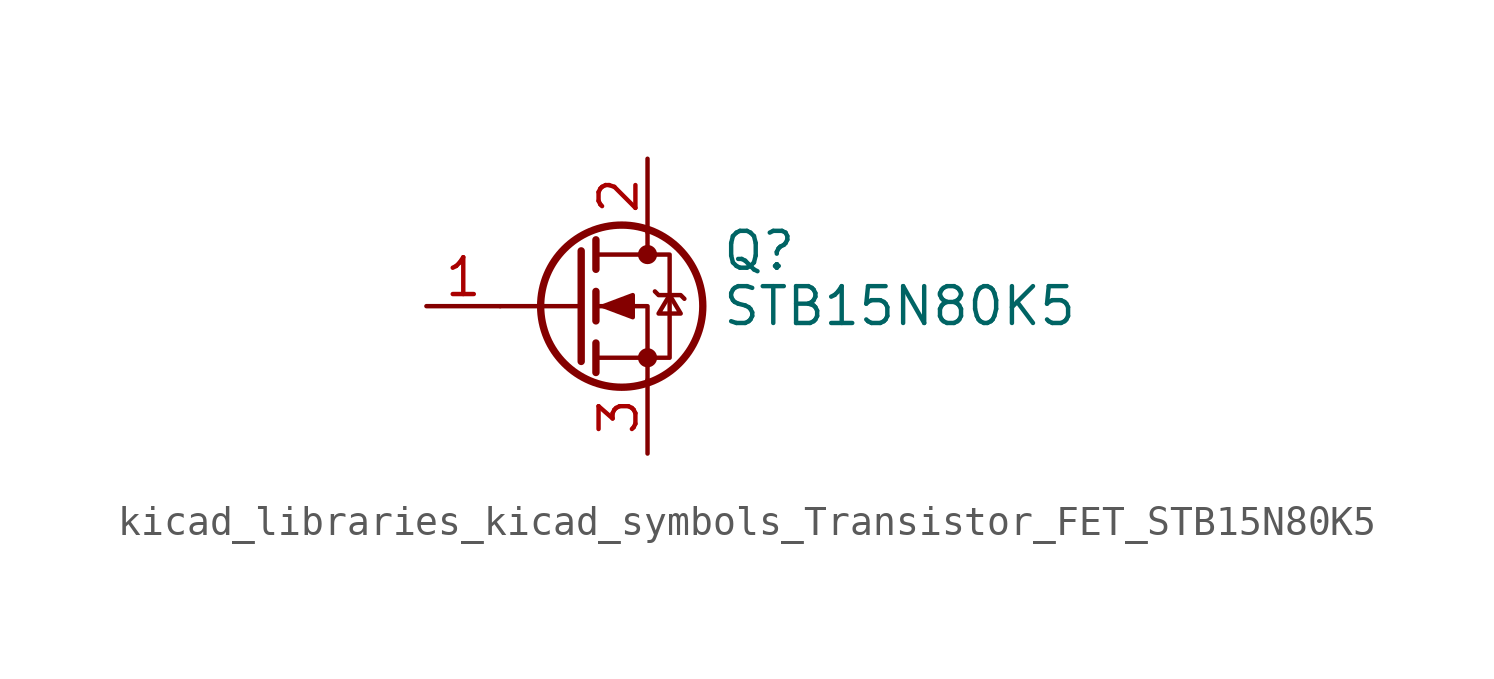
<source format=kicad_sym>
(kicad_symbol_lib
  (version 20220914)
  (generator kicad_symbol_editor)
  (symbol "kicad_libraries_kicad_symbols_Transistor_FET_STB15N80K5"
    (pin_names hide)
    (property "Reference" "Q"
      (at 5.08 1.905 0)
      (effects (font (size 1.27 1.27)) (justify left)))
    (property "Value" "STB15N80K5"
      (at 5.08 0 0)
      (effects (font (size 1.27 1.27)) (justify left)))
    (symbol "kicad_libraries_kicad_symbols_Transistor_FET_STB15N80K5_0_1"
      (polyline (pts (xy 0.254 0) (xy -2.54 0)) (stroke (width 0) (type default)) (fill (type none)))
      (polyline (pts (xy 0.254 1.905) (xy 0.254 -1.905)) (stroke (width 0.254) (type default)) (fill (type none)))
      (polyline (pts (xy 0.762 -1.27) (xy 0.762 -2.286)) (stroke (width 0.254) (type default)) (fill (type none)))
      (polyline (pts (xy 0.762 0.508) (xy 0.762 -0.508)) (stroke (width 0.254) (type default)) (fill (type none)))
      (polyline (pts (xy 0.762 2.286) (xy 0.762 1.27)) (stroke (width 0.254) (type default)) (fill (type none)))
      (polyline (pts (xy 2.54 2.54) (xy 2.54 1.778)) (stroke (width 0) (type default)) (fill (type none)))
      (polyline (pts (xy 2.54 -2.54) (xy 2.54 0) (xy 0.762 0)) (stroke (width 0) (type default)) (fill (type none)))
      (polyline (pts (xy 0.762 -1.778) (xy 3.302 -1.778) (xy 3.302 1.778) (xy 0.762 1.778)) (stroke (width 0) (type default)) (fill (type none)))
      (polyline (pts (xy 1.016 0) (xy 2.032 0.381) (xy 2.032 -0.381) (xy 1.016 0)) (stroke (width 0) (type default)) (fill (type outline)))
      (polyline (pts (xy 2.794 0.508) (xy 2.921 0.381) (xy 3.683 0.381) (xy 3.81 0.254)) (stroke (width 0) (type default)) (fill (type none)))
      (polyline (pts (xy 3.302 0.381) (xy 2.921 -0.254) (xy 3.683 -0.254) (xy 3.302 0.381)) (stroke (width 0) (type default)) (fill (type none)))
      (circle (center 1.651 0) (radius 2.794) (stroke (width 0.254) (type default)) (fill (type none)))
      (circle (center 2.54 -1.778) (radius 0.254) (stroke (width 0) (type default)) (fill (type outline)))
      (circle (center 2.54 1.778) (radius 0.254) (stroke (width 0) (type default)) (fill (type outline))))
    (symbol "kicad_libraries_kicad_symbols_Transistor_FET_STB15N80K5_1_1"
      (pin passive line (at -5.08 0 0) (length 2.54) (name "G" (effects (font (size 1.27 1.27)))) (number "1" (effects (font (size 1.27 1.27)))))
      (pin passive line (at 2.54 5.08 270) (length 2.54) (name "D" (effects (font (size 1.27 1.27)))) (number "2" (effects (font (size 1.27 1.27)))))
      (pin passive line (at 2.54 -5.08 90) (length 2.54) (name "S" (effects (font (size 1.27 1.27)))) (number "3" (effects (font (size 1.27 1.27))))))))
</source>
